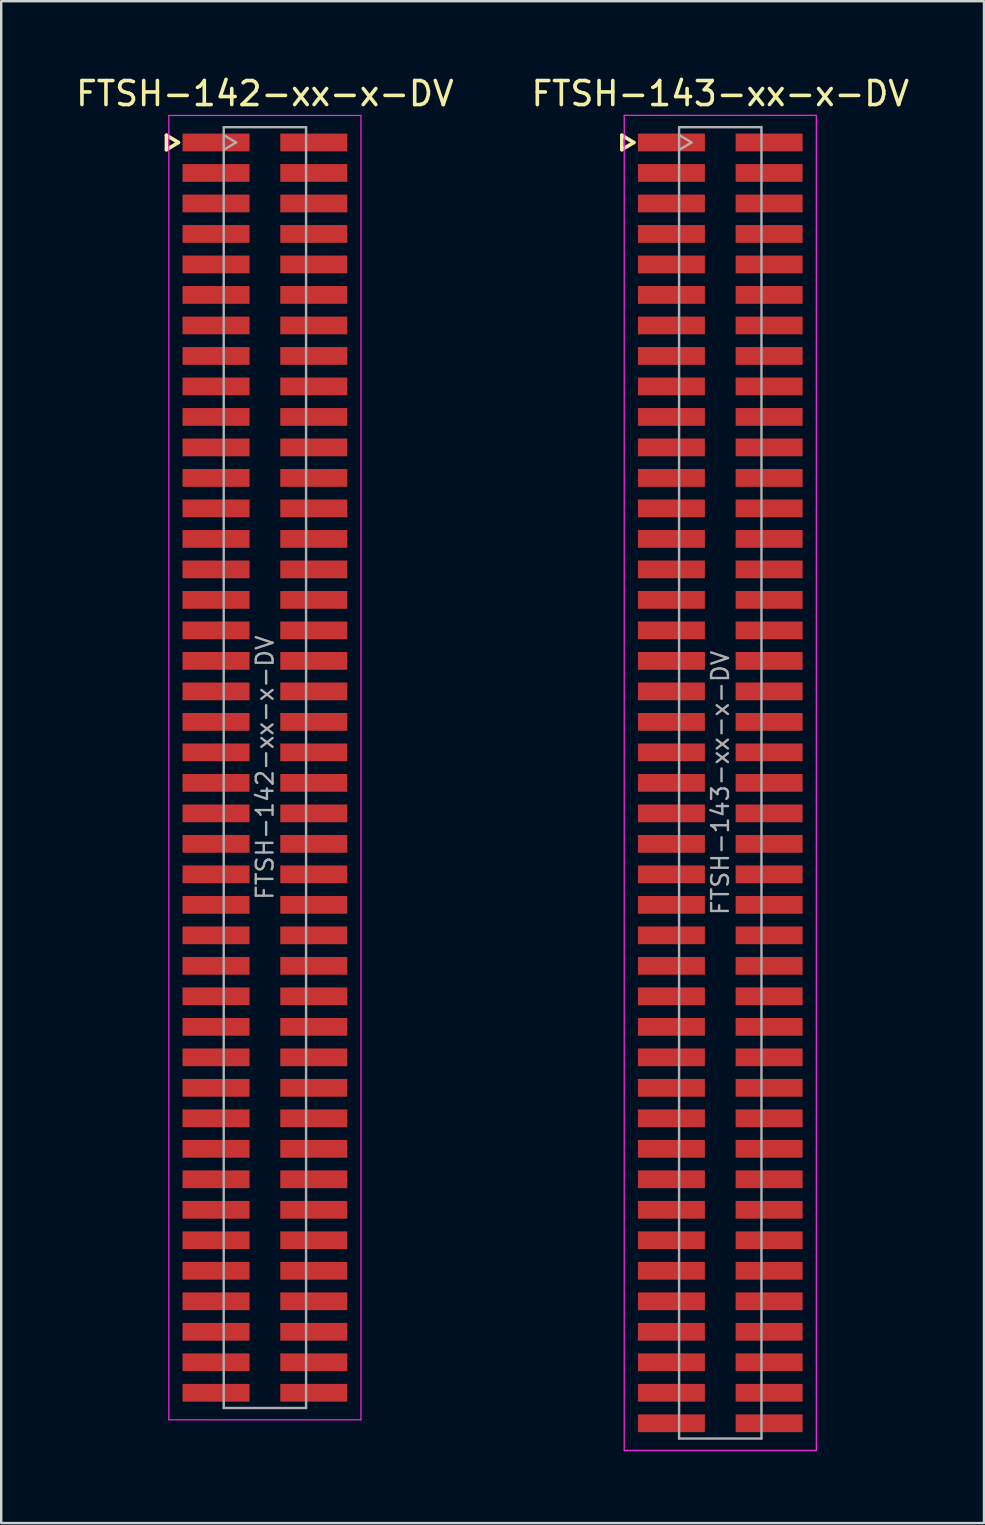
<source format=kicad_pcb>
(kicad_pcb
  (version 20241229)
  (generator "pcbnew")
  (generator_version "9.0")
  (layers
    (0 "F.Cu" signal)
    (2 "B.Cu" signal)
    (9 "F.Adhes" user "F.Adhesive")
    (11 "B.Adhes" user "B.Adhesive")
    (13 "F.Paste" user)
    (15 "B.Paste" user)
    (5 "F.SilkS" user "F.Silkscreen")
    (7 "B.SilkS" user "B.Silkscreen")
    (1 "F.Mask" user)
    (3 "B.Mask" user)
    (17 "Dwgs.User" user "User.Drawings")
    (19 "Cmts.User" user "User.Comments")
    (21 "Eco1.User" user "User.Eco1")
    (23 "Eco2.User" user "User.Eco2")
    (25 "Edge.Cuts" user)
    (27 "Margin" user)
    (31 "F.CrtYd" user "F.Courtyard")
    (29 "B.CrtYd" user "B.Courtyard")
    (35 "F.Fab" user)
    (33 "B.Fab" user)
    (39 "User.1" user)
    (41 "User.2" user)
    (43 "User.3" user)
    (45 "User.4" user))
  (footprint "FTSH-143-xx-x-DV"
    (layer "F.Cu")
    (at 26.946 29.553)
    (property "Reference" "FTSH-143-xx-x-DV" (at 0 -28.705 0) (layer "F.SilkS") (effects (font (size 1 1) (thickness 0.15))))
    (attr smd)
    (fp_line (start -4.1 -26.97) (end -4.1 -26.37) (stroke (width 0.15) (type solid)) (layer "F.SilkS"))
    (fp_line (start -4.1 -26.37) (end -3.6 -26.67) (stroke (width 0.15) (type solid)) (layer "F.SilkS"))
    (fp_line (start -3.6 -26.67) (end -4.1 -26.97) (stroke (width 0.15) (type solid)) (layer "F.SilkS"))
    (fp_line (start -4 -27.8) (end 4 -27.8) (stroke (width 0.05) (type solid)) (layer "F.CrtYd"))
    (fp_line (start -4 27.8) (end -4 -27.8) (stroke (width 0.05) (type solid)) (layer "F.CrtYd"))
    (fp_line (start 4 -27.8) (end 4 27.8) (stroke (width 0.05) (type solid)) (layer "F.CrtYd"))
    (fp_line (start 4 27.8) (end -4 27.8) (stroke (width 0.05) (type solid)) (layer "F.CrtYd"))
    (fp_line (start -1.715 -27.305) (end -1.715 27.305) (stroke (width 0.1) (type solid)) (layer "F.Fab"))
    (fp_line (start -1.715 -27.305) (end 1.715 -27.305) (stroke (width 0.1) (type solid)) (layer "F.Fab"))
    (fp_line (start -1.715 27.305) (end 1.715 27.305) (stroke (width 0.1) (type solid)) (layer "F.Fab"))
    (fp_line (start -1.7 -26.37) (end -1.2 -26.67) (stroke (width 0.1) (type solid)) (layer "F.Fab"))
    (fp_line (start -1.2 -26.67) (end -1.7 -26.97) (stroke (width 0.1) (type solid)) (layer "F.Fab"))
    (fp_line (start 1.715 -27.305) (end 1.715 27.305) (stroke (width 0.1) (type solid)) (layer "F.Fab"))
    (fp_text user "${REFERENCE}" (at 0 0 270) (layer "F.Fab") (effects (font (size 0.7 0.7) (thickness 0.1))))
    (pad "1" smd rect (at -2.035 -26.67) (size 2.79 0.74) (layers "F.Cu" "F.Mask" "F.Paste"))
    (pad "2" smd rect (at 2.035 -26.67) (size 2.79 0.74) (layers "F.Cu" "F.Mask" "F.Paste"))
    (pad "3" smd rect (at -2.035 -25.4) (size 2.79 0.74) (layers "F.Cu" "F.Mask" "F.Paste"))
    (pad "4" smd rect (at 2.035 -25.4) (size 2.79 0.74) (layers "F.Cu" "F.Mask" "F.Paste"))
    (pad "5" smd rect (at -2.035 -24.13) (size 2.79 0.74) (layers "F.Cu" "F.Mask" "F.Paste"))
    (pad "6" smd rect (at 2.035 -24.13) (size 2.79 0.74) (layers "F.Cu" "F.Mask" "F.Paste"))
    (pad "7" smd rect (at -2.035 -22.86) (size 2.79 0.74) (layers "F.Cu" "F.Mask" "F.Paste"))
    (pad "8" smd rect (at 2.035 -22.86) (size 2.79 0.74) (layers "F.Cu" "F.Mask" "F.Paste"))
    (pad "9" smd rect (at -2.035 -21.59) (size 2.79 0.74) (layers "F.Cu" "F.Mask" "F.Paste"))
    (pad "10" smd rect (at 2.035 -21.59) (size 2.79 0.74) (layers "F.Cu" "F.Mask" "F.Paste"))
    (pad "11" smd rect (at -2.035 -20.32) (size 2.79 0.74) (layers "F.Cu" "F.Mask" "F.Paste"))
    (pad "12" smd rect (at 2.035 -20.32) (size 2.79 0.74) (layers "F.Cu" "F.Mask" "F.Paste"))
    (pad "13" smd rect (at -2.035 -19.05) (size 2.79 0.74) (layers "F.Cu" "F.Mask" "F.Paste"))
    (pad "14" smd rect (at 2.035 -19.05) (size 2.79 0.74) (layers "F.Cu" "F.Mask" "F.Paste"))
    (pad "15" smd rect (at -2.035 -17.78) (size 2.79 0.74) (layers "F.Cu" "F.Mask" "F.Paste"))
    (pad "16" smd rect (at 2.035 -17.78) (size 2.79 0.74) (layers "F.Cu" "F.Mask" "F.Paste"))
    (pad "17" smd rect (at -2.035 -16.51) (size 2.79 0.74) (layers "F.Cu" "F.Mask" "F.Paste"))
    (pad "18" smd rect (at 2.035 -16.51) (size 2.79 0.74) (layers "F.Cu" "F.Mask" "F.Paste"))
    (pad "19" smd rect (at -2.035 -15.24) (size 2.79 0.74) (layers "F.Cu" "F.Mask" "F.Paste"))
    (pad "20" smd rect (at 2.035 -15.24) (size 2.79 0.74) (layers "F.Cu" "F.Mask" "F.Paste"))
    (pad "21" smd rect (at -2.035 -13.97) (size 2.79 0.74) (layers "F.Cu" "F.Mask" "F.Paste"))
    (pad "22" smd rect (at 2.035 -13.97) (size 2.79 0.74) (layers "F.Cu" "F.Mask" "F.Paste"))
    (pad "23" smd rect (at -2.035 -12.7) (size 2.79 0.74) (layers "F.Cu" "F.Mask" "F.Paste"))
    (pad "24" smd rect (at 2.035 -12.7) (size 2.79 0.74) (layers "F.Cu" "F.Mask" "F.Paste"))
    (pad "25" smd rect (at -2.035 -11.43) (size 2.79 0.74) (layers "F.Cu" "F.Mask" "F.Paste"))
    (pad "26" smd rect (at 2.035 -11.43) (size 2.79 0.74) (layers "F.Cu" "F.Mask" "F.Paste"))
    (pad "27" smd rect (at -2.035 -10.16) (size 2.79 0.74) (layers "F.Cu" "F.Mask" "F.Paste"))
    (pad "28" smd rect (at 2.035 -10.16) (size 2.79 0.74) (layers "F.Cu" "F.Mask" "F.Paste"))
    (pad "29" smd rect (at -2.035 -8.89) (size 2.79 0.74) (layers "F.Cu" "F.Mask" "F.Paste"))
    (pad "30" smd rect (at 2.035 -8.89) (size 2.79 0.74) (layers "F.Cu" "F.Mask" "F.Paste"))
    (pad "31" smd rect (at -2.035 -7.62) (size 2.79 0.74) (layers "F.Cu" "F.Mask" "F.Paste"))
    (pad "32" smd rect (at 2.035 -7.62) (size 2.79 0.74) (layers "F.Cu" "F.Mask" "F.Paste"))
    (pad "33" smd rect (at -2.035 -6.35) (size 2.79 0.74) (layers "F.Cu" "F.Mask" "F.Paste"))
    (pad "34" smd rect (at 2.035 -6.35) (size 2.79 0.74) (layers "F.Cu" "F.Mask" "F.Paste"))
    (pad "35" smd rect (at -2.035 -5.08) (size 2.79 0.74) (layers "F.Cu" "F.Mask" "F.Paste"))
    (pad "36" smd rect (at 2.035 -5.08) (size 2.79 0.74) (layers "F.Cu" "F.Mask" "F.Paste"))
    (pad "37" smd rect (at -2.035 -3.81) (size 2.79 0.74) (layers "F.Cu" "F.Mask" "F.Paste"))
    (pad "38" smd rect (at 2.035 -3.81) (size 2.79 0.74) (layers "F.Cu" "F.Mask" "F.Paste"))
    (pad "39" smd rect (at -2.035 -2.54) (size 2.79 0.74) (layers "F.Cu" "F.Mask" "F.Paste"))
    (pad "40" smd rect (at 2.035 -2.54) (size 2.79 0.74) (layers "F.Cu" "F.Mask" "F.Paste"))
    (pad "41" smd rect (at -2.035 -1.27) (size 2.79 0.74) (layers "F.Cu" "F.Mask" "F.Paste"))
    (pad "42" smd rect (at 2.035 -1.27) (size 2.79 0.74) (layers "F.Cu" "F.Mask" "F.Paste"))
    (pad "43" smd rect (at -2.035 0) (size 2.79 0.74) (layers "F.Cu" "F.Mask" "F.Paste"))
    (pad "44" smd rect (at 2.035 0) (size 2.79 0.74) (layers "F.Cu" "F.Mask" "F.Paste"))
    (pad "45" smd rect (at -2.035 1.27) (size 2.79 0.74) (layers "F.Cu" "F.Mask" "F.Paste"))
    (pad "46" smd rect (at 2.035 1.27) (size 2.79 0.74) (layers "F.Cu" "F.Mask" "F.Paste"))
    (pad "47" smd rect (at -2.035 2.54) (size 2.79 0.74) (layers "F.Cu" "F.Mask" "F.Paste"))
    (pad "48" smd rect (at 2.035 2.54) (size 2.79 0.74) (layers "F.Cu" "F.Mask" "F.Paste"))
    (pad "49" smd rect (at -2.035 3.81) (size 2.79 0.74) (layers "F.Cu" "F.Mask" "F.Paste"))
    (pad "50" smd rect (at 2.035 3.81) (size 2.79 0.74) (layers "F.Cu" "F.Mask" "F.Paste"))
    (pad "51" smd rect (at -2.035 5.08) (size 2.79 0.74) (layers "F.Cu" "F.Mask" "F.Paste"))
    (pad "52" smd rect (at 2.035 5.08) (size 2.79 0.74) (layers "F.Cu" "F.Mask" "F.Paste"))
    (pad "53" smd rect (at -2.035 6.35) (size 2.79 0.74) (layers "F.Cu" "F.Mask" "F.Paste"))
    (pad "54" smd rect (at 2.035 6.35) (size 2.79 0.74) (layers "F.Cu" "F.Mask" "F.Paste"))
    (pad "55" smd rect (at -2.035 7.62) (size 2.79 0.74) (layers "F.Cu" "F.Mask" "F.Paste"))
    (pad "56" smd rect (at 2.035 7.62) (size 2.79 0.74) (layers "F.Cu" "F.Mask" "F.Paste"))
    (pad "57" smd rect (at -2.035 8.89) (size 2.79 0.74) (layers "F.Cu" "F.Mask" "F.Paste"))
    (pad "58" smd rect (at 2.035 8.89) (size 2.79 0.74) (layers "F.Cu" "F.Mask" "F.Paste"))
    (pad "59" smd rect (at -2.035 10.16) (size 2.79 0.74) (layers "F.Cu" "F.Mask" "F.Paste"))
    (pad "60" smd rect (at 2.035 10.16) (size 2.79 0.74) (layers "F.Cu" "F.Mask" "F.Paste"))
    (pad "61" smd rect (at -2.035 11.43) (size 2.79 0.74) (layers "F.Cu" "F.Mask" "F.Paste"))
    (pad "62" smd rect (at 2.035 11.43) (size 2.79 0.74) (layers "F.Cu" "F.Mask" "F.Paste"))
    (pad "63" smd rect (at -2.035 12.7) (size 2.79 0.74) (layers "F.Cu" "F.Mask" "F.Paste"))
    (pad "64" smd rect (at 2.035 12.7) (size 2.79 0.74) (layers "F.Cu" "F.Mask" "F.Paste"))
    (pad "65" smd rect (at -2.035 13.97) (size 2.79 0.74) (layers "F.Cu" "F.Mask" "F.Paste"))
    (pad "66" smd rect (at 2.035 13.97) (size 2.79 0.74) (layers "F.Cu" "F.Mask" "F.Paste"))
    (pad "67" smd rect (at -2.035 15.24) (size 2.79 0.74) (layers "F.Cu" "F.Mask" "F.Paste"))
    (pad "68" smd rect (at 2.035 15.24) (size 2.79 0.74) (layers "F.Cu" "F.Mask" "F.Paste"))
    (pad "69" smd rect (at -2.035 16.51) (size 2.79 0.74) (layers "F.Cu" "F.Mask" "F.Paste"))
    (pad "70" smd rect (at 2.035 16.51) (size 2.79 0.74) (layers "F.Cu" "F.Mask" "F.Paste"))
    (pad "71" smd rect (at -2.035 17.78) (size 2.79 0.74) (layers "F.Cu" "F.Mask" "F.Paste"))
    (pad "72" smd rect (at 2.035 17.78) (size 2.79 0.74) (layers "F.Cu" "F.Mask" "F.Paste"))
    (pad "73" smd rect (at -2.035 19.05) (size 2.79 0.74) (layers "F.Cu" "F.Mask" "F.Paste"))
    (pad "74" smd rect (at 2.035 19.05) (size 2.79 0.74) (layers "F.Cu" "F.Mask" "F.Paste"))
    (pad "75" smd rect (at -2.035 20.32) (size 2.79 0.74) (layers "F.Cu" "F.Mask" "F.Paste"))
    (pad "76" smd rect (at 2.035 20.32) (size 2.79 0.74) (layers "F.Cu" "F.Mask" "F.Paste"))
    (pad "77" smd rect (at -2.035 21.59) (size 2.79 0.74) (layers "F.Cu" "F.Mask" "F.Paste"))
    (pad "78" smd rect (at 2.035 21.59) (size 2.79 0.74) (layers "F.Cu" "F.Mask" "F.Paste"))
    (pad "79" smd rect (at -2.035 22.86) (size 2.79 0.74) (layers "F.Cu" "F.Mask" "F.Paste"))
    (pad "80" smd rect (at 2.035 22.86) (size 2.79 0.74) (layers "F.Cu" "F.Mask" "F.Paste"))
    (pad "81" smd rect (at -2.035 24.13) (size 2.79 0.74) (layers "F.Cu" "F.Mask" "F.Paste"))
    (pad "82" smd rect (at 2.035 24.13) (size 2.79 0.74) (layers "F.Cu" "F.Mask" "F.Paste"))
    (pad "83" smd rect (at -2.035 25.4) (size 2.79 0.74) (layers "F.Cu" "F.Mask" "F.Paste"))
    (pad "84" smd rect (at 2.035 25.4) (size 2.79 0.74) (layers "F.Cu" "F.Mask" "F.Paste"))
    (pad "85" smd rect (at -2.035 26.67) (size 2.79 0.74) (layers "F.Cu" "F.Mask" "F.Paste"))
    (pad "86" smd rect (at 2.035 26.67) (size 2.79 0.74) (layers "F.Cu" "F.Mask" "F.Paste")))
  (footprint "FTSH-142-xx-x-DV"
    (layer "F.Cu")
    (at 7.982 28.918)
    (property "Reference" "FTSH-142-xx-x-DV" (at 0 -28.07 0) (layer "F.SilkS") (effects (font (size 1 1) (thickness 0.15))))
    (attr smd)
    (fp_line (start -4.1 -26.335) (end -4.1 -25.735) (stroke (width 0.15) (type solid)) (layer "F.SilkS"))
    (fp_line (start -4.1 -25.735) (end -3.6 -26.035) (stroke (width 0.15) (type solid)) (layer "F.SilkS"))
    (fp_line (start -3.6 -26.035) (end -4.1 -26.335) (stroke (width 0.15) (type solid)) (layer "F.SilkS"))
    (fp_line (start -4 -27.16) (end 4 -27.16) (stroke (width 0.05) (type solid)) (layer "F.CrtYd"))
    (fp_line (start -4 27.16) (end -4 -27.16) (stroke (width 0.05) (type solid)) (layer "F.CrtYd"))
    (fp_line (start 4 -27.16) (end 4 27.16) (stroke (width 0.05) (type solid)) (layer "F.CrtYd"))
    (fp_line (start 4 27.16) (end -4 27.16) (stroke (width 0.05) (type solid)) (layer "F.CrtYd"))
    (fp_line (start -1.715 -26.67) (end -1.715 26.67) (stroke (width 0.1) (type solid)) (layer "F.Fab"))
    (fp_line (start -1.715 -26.67) (end 1.715 -26.67) (stroke (width 0.1) (type solid)) (layer "F.Fab"))
    (fp_line (start -1.715 26.67) (end 1.715 26.67) (stroke (width 0.1) (type solid)) (layer "F.Fab"))
    (fp_line (start -1.7 -25.735) (end -1.2 -26.035) (stroke (width 0.1) (type solid)) (layer "F.Fab"))
    (fp_line (start -1.2 -26.035) (end -1.7 -26.335) (stroke (width 0.1) (type solid)) (layer "F.Fab"))
    (fp_line (start 1.715 -26.67) (end 1.715 26.67) (stroke (width 0.1) (type solid)) (layer "F.Fab"))
    (fp_text user "${REFERENCE}" (at 0 0 270) (layer "F.Fab") (effects (font (size 0.7 0.7) (thickness 0.1))))
    (pad "1" smd rect (at -2.035 -26.035) (size 2.79 0.74) (layers "F.Cu" "F.Mask" "F.Paste"))
    (pad "2" smd rect (at 2.035 -26.035) (size 2.79 0.74) (layers "F.Cu" "F.Mask" "F.Paste"))
    (pad "3" smd rect (at -2.035 -24.765) (size 2.79 0.74) (layers "F.Cu" "F.Mask" "F.Paste"))
    (pad "4" smd rect (at 2.035 -24.765) (size 2.79 0.74) (layers "F.Cu" "F.Mask" "F.Paste"))
    (pad "5" smd rect (at -2.035 -23.495) (size 2.79 0.74) (layers "F.Cu" "F.Mask" "F.Paste"))
    (pad "6" smd rect (at 2.035 -23.495) (size 2.79 0.74) (layers "F.Cu" "F.Mask" "F.Paste"))
    (pad "7" smd rect (at -2.035 -22.225) (size 2.79 0.74) (layers "F.Cu" "F.Mask" "F.Paste"))
    (pad "8" smd rect (at 2.035 -22.225) (size 2.79 0.74) (layers "F.Cu" "F.Mask" "F.Paste"))
    (pad "9" smd rect (at -2.035 -20.955) (size 2.79 0.74) (layers "F.Cu" "F.Mask" "F.Paste"))
    (pad "10" smd rect (at 2.035 -20.955) (size 2.79 0.74) (layers "F.Cu" "F.Mask" "F.Paste"))
    (pad "11" smd rect (at -2.035 -19.685) (size 2.79 0.74) (layers "F.Cu" "F.Mask" "F.Paste"))
    (pad "12" smd rect (at 2.035 -19.685) (size 2.79 0.74) (layers "F.Cu" "F.Mask" "F.Paste"))
    (pad "13" smd rect (at -2.035 -18.415) (size 2.79 0.74) (layers "F.Cu" "F.Mask" "F.Paste"))
    (pad "14" smd rect (at 2.035 -18.415) (size 2.79 0.74) (layers "F.Cu" "F.Mask" "F.Paste"))
    (pad "15" smd rect (at -2.035 -17.145) (size 2.79 0.74) (layers "F.Cu" "F.Mask" "F.Paste"))
    (pad "16" smd rect (at 2.035 -17.145) (size 2.79 0.74) (layers "F.Cu" "F.Mask" "F.Paste"))
    (pad "17" smd rect (at -2.035 -15.875) (size 2.79 0.74) (layers "F.Cu" "F.Mask" "F.Paste"))
    (pad "18" smd rect (at 2.035 -15.875) (size 2.79 0.74) (layers "F.Cu" "F.Mask" "F.Paste"))
    (pad "19" smd rect (at -2.035 -14.605) (size 2.79 0.74) (layers "F.Cu" "F.Mask" "F.Paste"))
    (pad "20" smd rect (at 2.035 -14.605) (size 2.79 0.74) (layers "F.Cu" "F.Mask" "F.Paste"))
    (pad "21" smd rect (at -2.035 -13.335) (size 2.79 0.74) (layers "F.Cu" "F.Mask" "F.Paste"))
    (pad "22" smd rect (at 2.035 -13.335) (size 2.79 0.74) (layers "F.Cu" "F.Mask" "F.Paste"))
    (pad "23" smd rect (at -2.035 -12.065) (size 2.79 0.74) (layers "F.Cu" "F.Mask" "F.Paste"))
    (pad "24" smd rect (at 2.035 -12.065) (size 2.79 0.74) (layers "F.Cu" "F.Mask" "F.Paste"))
    (pad "25" smd rect (at -2.035 -10.795) (size 2.79 0.74) (layers "F.Cu" "F.Mask" "F.Paste"))
    (pad "26" smd rect (at 2.035 -10.795) (size 2.79 0.74) (layers "F.Cu" "F.Mask" "F.Paste"))
    (pad "27" smd rect (at -2.035 -9.525) (size 2.79 0.74) (layers "F.Cu" "F.Mask" "F.Paste"))
    (pad "28" smd rect (at 2.035 -9.525) (size 2.79 0.74) (layers "F.Cu" "F.Mask" "F.Paste"))
    (pad "29" smd rect (at -2.035 -8.255) (size 2.79 0.74) (layers "F.Cu" "F.Mask" "F.Paste"))
    (pad "30" smd rect (at 2.035 -8.255) (size 2.79 0.74) (layers "F.Cu" "F.Mask" "F.Paste"))
    (pad "31" smd rect (at -2.035 -6.985) (size 2.79 0.74) (layers "F.Cu" "F.Mask" "F.Paste"))
    (pad "32" smd rect (at 2.035 -6.985) (size 2.79 0.74) (layers "F.Cu" "F.Mask" "F.Paste"))
    (pad "33" smd rect (at -2.035 -5.715) (size 2.79 0.74) (layers "F.Cu" "F.Mask" "F.Paste"))
    (pad "34" smd rect (at 2.035 -5.715) (size 2.79 0.74) (layers "F.Cu" "F.Mask" "F.Paste"))
    (pad "35" smd rect (at -2.035 -4.445) (size 2.79 0.74) (layers "F.Cu" "F.Mask" "F.Paste"))
    (pad "36" smd rect (at 2.035 -4.445) (size 2.79 0.74) (layers "F.Cu" "F.Mask" "F.Paste"))
    (pad "37" smd rect (at -2.035 -3.175) (size 2.79 0.74) (layers "F.Cu" "F.Mask" "F.Paste"))
    (pad "38" smd rect (at 2.035 -3.175) (size 2.79 0.74) (layers "F.Cu" "F.Mask" "F.Paste"))
    (pad "39" smd rect (at -2.035 -1.905) (size 2.79 0.74) (layers "F.Cu" "F.Mask" "F.Paste"))
    (pad "40" smd rect (at 2.035 -1.905) (size 2.79 0.74) (layers "F.Cu" "F.Mask" "F.Paste"))
    (pad "41" smd rect (at -2.035 -0.635) (size 2.79 0.74) (layers "F.Cu" "F.Mask" "F.Paste"))
    (pad "42" smd rect (at 2.035 -0.635) (size 2.79 0.74) (layers "F.Cu" "F.Mask" "F.Paste"))
    (pad "43" smd rect (at -2.035 0.635) (size 2.79 0.74) (layers "F.Cu" "F.Mask" "F.Paste"))
    (pad "44" smd rect (at 2.035 0.635) (size 2.79 0.74) (layers "F.Cu" "F.Mask" "F.Paste"))
    (pad "45" smd rect (at -2.035 1.905) (size 2.79 0.74) (layers "F.Cu" "F.Mask" "F.Paste"))
    (pad "46" smd rect (at 2.035 1.905) (size 2.79 0.74) (layers "F.Cu" "F.Mask" "F.Paste"))
    (pad "47" smd rect (at -2.035 3.175) (size 2.79 0.74) (layers "F.Cu" "F.Mask" "F.Paste"))
    (pad "48" smd rect (at 2.035 3.175) (size 2.79 0.74) (layers "F.Cu" "F.Mask" "F.Paste"))
    (pad "49" smd rect (at -2.035 4.445) (size 2.79 0.74) (layers "F.Cu" "F.Mask" "F.Paste"))
    (pad "50" smd rect (at 2.035 4.445) (size 2.79 0.74) (layers "F.Cu" "F.Mask" "F.Paste"))
    (pad "51" smd rect (at -2.035 5.715) (size 2.79 0.74) (layers "F.Cu" "F.Mask" "F.Paste"))
    (pad "52" smd rect (at 2.035 5.715) (size 2.79 0.74) (layers "F.Cu" "F.Mask" "F.Paste"))
    (pad "53" smd rect (at -2.035 6.985) (size 2.79 0.74) (layers "F.Cu" "F.Mask" "F.Paste"))
    (pad "54" smd rect (at 2.035 6.985) (size 2.79 0.74) (layers "F.Cu" "F.Mask" "F.Paste"))
    (pad "55" smd rect (at -2.035 8.255) (size 2.79 0.74) (layers "F.Cu" "F.Mask" "F.Paste"))
    (pad "56" smd rect (at 2.035 8.255) (size 2.79 0.74) (layers "F.Cu" "F.Mask" "F.Paste"))
    (pad "57" smd rect (at -2.035 9.525) (size 2.79 0.74) (layers "F.Cu" "F.Mask" "F.Paste"))
    (pad "58" smd rect (at 2.035 9.525) (size 2.79 0.74) (layers "F.Cu" "F.Mask" "F.Paste"))
    (pad "59" smd rect (at -2.035 10.795) (size 2.79 0.74) (layers "F.Cu" "F.Mask" "F.Paste"))
    (pad "60" smd rect (at 2.035 10.795) (size 2.79 0.74) (layers "F.Cu" "F.Mask" "F.Paste"))
    (pad "61" smd rect (at -2.035 12.065) (size 2.79 0.74) (layers "F.Cu" "F.Mask" "F.Paste"))
    (pad "62" smd rect (at 2.035 12.065) (size 2.79 0.74) (layers "F.Cu" "F.Mask" "F.Paste"))
    (pad "63" smd rect (at -2.035 13.335) (size 2.79 0.74) (layers "F.Cu" "F.Mask" "F.Paste"))
    (pad "64" smd rect (at 2.035 13.335) (size 2.79 0.74) (layers "F.Cu" "F.Mask" "F.Paste"))
    (pad "65" smd rect (at -2.035 14.605) (size 2.79 0.74) (layers "F.Cu" "F.Mask" "F.Paste"))
    (pad "66" smd rect (at 2.035 14.605) (size 2.79 0.74) (layers "F.Cu" "F.Mask" "F.Paste"))
    (pad "67" smd rect (at -2.035 15.875) (size 2.79 0.74) (layers "F.Cu" "F.Mask" "F.Paste"))
    (pad "68" smd rect (at 2.035 15.875) (size 2.79 0.74) (layers "F.Cu" "F.Mask" "F.Paste"))
    (pad "69" smd rect (at -2.035 17.145) (size 2.79 0.74) (layers "F.Cu" "F.Mask" "F.Paste"))
    (pad "70" smd rect (at 2.035 17.145) (size 2.79 0.74) (layers "F.Cu" "F.Mask" "F.Paste"))
    (pad "71" smd rect (at -2.035 18.415) (size 2.79 0.74) (layers "F.Cu" "F.Mask" "F.Paste"))
    (pad "72" smd rect (at 2.035 18.415) (size 2.79 0.74) (layers "F.Cu" "F.Mask" "F.Paste"))
    (pad "73" smd rect (at -2.035 19.685) (size 2.79 0.74) (layers "F.Cu" "F.Mask" "F.Paste"))
    (pad "74" smd rect (at 2.035 19.685) (size 2.79 0.74) (layers "F.Cu" "F.Mask" "F.Paste"))
    (pad "75" smd rect (at -2.035 20.955) (size 2.79 0.74) (layers "F.Cu" "F.Mask" "F.Paste"))
    (pad "76" smd rect (at 2.035 20.955) (size 2.79 0.74) (layers "F.Cu" "F.Mask" "F.Paste"))
    (pad "77" smd rect (at -2.035 22.225) (size 2.79 0.74) (layers "F.Cu" "F.Mask" "F.Paste"))
    (pad "78" smd rect (at 2.035 22.225) (size 2.79 0.74) (layers "F.Cu" "F.Mask" "F.Paste"))
    (pad "79" smd rect (at -2.035 23.495) (size 2.79 0.74) (layers "F.Cu" "F.Mask" "F.Paste"))
    (pad "80" smd rect (at 2.035 23.495) (size 2.79 0.74) (layers "F.Cu" "F.Mask" "F.Paste"))
    (pad "81" smd rect (at -2.035 24.765) (size 2.79 0.74) (layers "F.Cu" "F.Mask" "F.Paste"))
    (pad "82" smd rect (at 2.035 24.765) (size 2.79 0.74) (layers "F.Cu" "F.Mask" "F.Paste"))
    (pad "83" smd rect (at -2.035 26.035) (size 2.79 0.74) (layers "F.Cu" "F.Mask" "F.Paste"))
    (pad "84" smd rect (at 2.035 26.035) (size 2.79 0.74) (layers "F.Cu" "F.Mask" "F.Paste")))
  (gr_rect
    (start -3 -3)
    (end 37.929 60.378)
    (stroke (width 0.1) (type default))
    (fill no)
    (layer "Edge.Cuts")))
</source>
